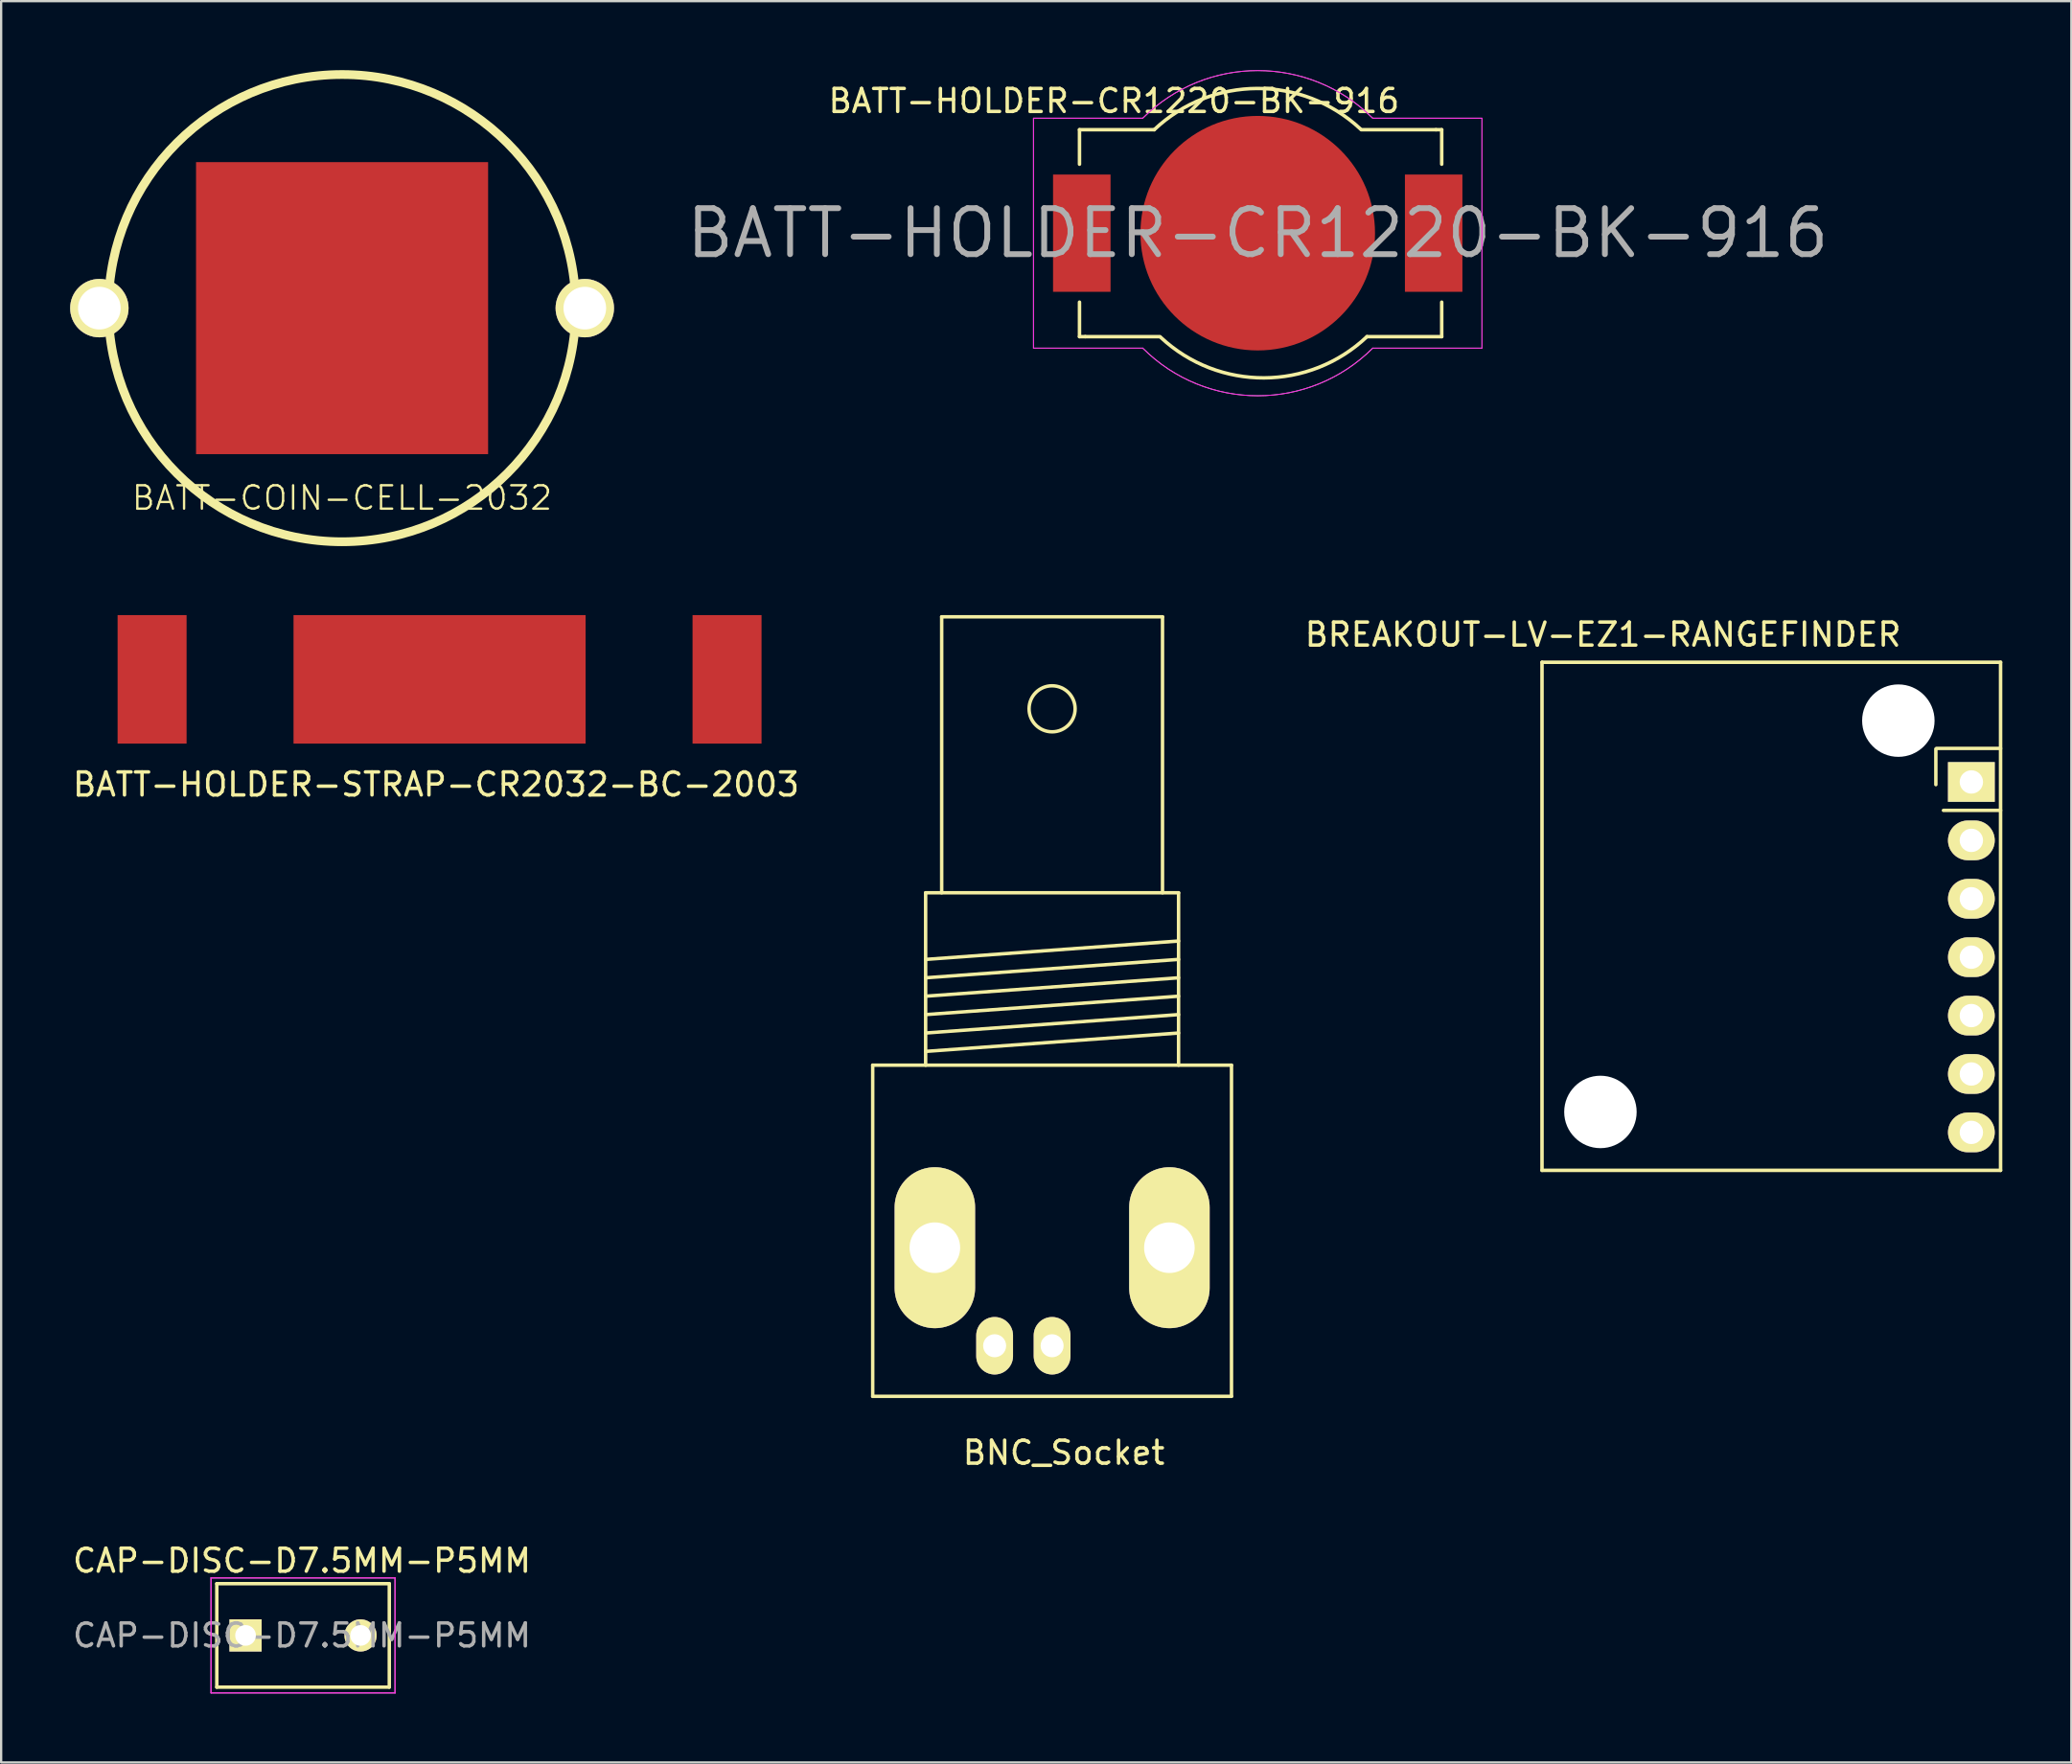
<source format=kicad_pcb>
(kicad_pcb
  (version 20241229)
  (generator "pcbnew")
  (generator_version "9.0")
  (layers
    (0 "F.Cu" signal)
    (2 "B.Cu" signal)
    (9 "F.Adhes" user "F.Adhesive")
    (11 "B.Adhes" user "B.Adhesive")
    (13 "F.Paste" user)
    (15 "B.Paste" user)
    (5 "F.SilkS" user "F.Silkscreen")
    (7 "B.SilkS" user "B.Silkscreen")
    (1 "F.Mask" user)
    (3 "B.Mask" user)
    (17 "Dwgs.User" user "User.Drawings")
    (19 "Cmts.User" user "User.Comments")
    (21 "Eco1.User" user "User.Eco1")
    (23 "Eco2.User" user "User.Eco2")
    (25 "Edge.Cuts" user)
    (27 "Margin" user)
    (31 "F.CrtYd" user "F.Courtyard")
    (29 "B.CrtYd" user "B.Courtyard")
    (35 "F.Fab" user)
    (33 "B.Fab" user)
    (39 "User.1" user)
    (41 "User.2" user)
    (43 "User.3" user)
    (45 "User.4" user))
  (footprint "CAP-DISC-D7.5MM-P5MM"
    (layer "F.Cu")
    (at 7.627 68.075)
    (property "Reference" "CAP-DISC-D7.5MM-P5MM" (at 2.45 0 0) (layer "F.Fab") (effects (font (size 1 1) (thickness 0.15))))
    (attr through_hole)
    (fp_line (start -1.25 -2.25) (end 6.25 -2.25) (stroke (width 0.15) (type solid)) (layer "F.SilkS"))
    (fp_line (start -1.25 2.25) (end -1.25 -2.25) (stroke (width 0.15) (type solid)) (layer "F.SilkS"))
    (fp_line (start 6.25 -2.25) (end 6.25 2.25) (stroke (width 0.15) (type solid)) (layer "F.SilkS"))
    (fp_line (start 6.25 2.25) (end -1.25 2.25) (stroke (width 0.15) (type solid)) (layer "F.SilkS"))
    (fp_line (start -1.5 -2.5) (end 6.5 -2.5) (stroke (width 0.05) (type solid)) (layer "F.CrtYd"))
    (fp_line (start -1.5 2.5) (end -1.5 -2.5) (stroke (width 0.05) (type solid)) (layer "F.CrtYd"))
    (fp_line (start 6.5 -2.5) (end 6.5 2.5) (stroke (width 0.05) (type solid)) (layer "F.CrtYd"))
    (fp_line (start 6.5 2.5) (end -1.5 2.5) (stroke (width 0.05) (type solid)) (layer "F.CrtYd"))
    (fp_line (start -1.5 -2.5) (end 6.5 -2.5) (stroke (width 0.05) (type solid)) (layer "F.Fab"))
    (fp_line (start -1.5 2.5) (end -1.5 -2.5) (stroke (width 0.05) (type solid)) (layer "F.Fab"))
    (fp_line (start 6.5 -2.5) (end 6.5 2.5) (stroke (width 0.05) (type solid)) (layer "F.Fab"))
    (fp_line (start 6.5 2.5) (end -1.5 2.5) (stroke (width 0.05) (type solid)) (layer "F.Fab"))
    (fp_text user "${REFERENCE}" (at 2.45 -3.25 0) (layer "F.SilkS") (effects (font (size 1 1) (thickness 0.15))))
    (pad "1" thru_hole rect (at 0 0) (size 1.4 1.4) (drill 0.9) (layers "*.Cu" "*.Mask" "F.SilkS"))
    (pad "2" thru_hole circle (at 5 0) (size 1.4 1.4) (drill 0.9) (layers "*.Cu" "*.Mask" "F.SilkS")))
  (footprint "BREAKOUT-LV-EZ1-RANGEFINDER"
    (layer "F.Cu")
    (at 63.999 47.849)
    (property "Reference" "BREAKOUT-LV-EZ1-RANGEFINDER" (at 2.65 -23.3 0) (layer "F.SilkS") (effects (font (size 1 1) (thickness 0.15))))
    (attr through_hole)
    (fp_line (start 0 -22.098) (end 19.939 -22.098) (stroke (width 0.152) (type solid)) (layer "F.SilkS"))
    (fp_line (start 0 0) (end 0 -22.098) (stroke (width 0.152) (type solid)) (layer "F.SilkS"))
    (fp_line (start 0 0) (end 19.939 0) (stroke (width 0.152) (type solid)) (layer "F.SilkS"))
    (fp_line (start 17.125 -16.775) (end 17.125 -18.325) (stroke (width 0.15) (type solid)) (layer "F.SilkS"))
    (fp_line (start 17.15 -18.35) (end 19.939 -18.35) (stroke (width 0.15) (type solid)) (layer "F.SilkS"))
    (fp_line (start 19.939 -15.655) (end 17.455 -15.655) (stroke (width 0.15) (type solid)) (layer "F.SilkS"))
    (fp_line (start 19.939 0) (end 19.939 -22.098) (stroke (width 0.152) (type solid)) (layer "F.SilkS"))
    (pad "" np_thru_hole circle (at 2.54 -2.54) (size 3.15 3.15) (drill 3.15) (layers "F.Cu"))
    (pad "" np_thru_hole circle (at 15.494 -19.558) (size 3.15 3.15) (drill 3.15) (layers "F.Cu"))
    (pad "1" thru_hole rect (at 18.669 -16.891) (size 2.032 1.727) (drill 1.016) (layers "*.Cu" "*.Mask" "F.SilkS"))
    (pad "2" thru_hole oval (at 18.669 -14.351) (size 2.032 1.727) (drill 1.016) (layers "*.Cu" "*.Mask" "F.SilkS"))
    (pad "3" thru_hole oval (at 18.669 -11.811) (size 2.032 1.727) (drill 1.016) (layers "*.Cu" "*.Mask" "F.SilkS"))
    (pad "4" thru_hole oval (at 18.669 -9.271) (size 2.032 1.727) (drill 1.016) (layers "*.Cu" "*.Mask" "F.SilkS"))
    (pad "5" thru_hole oval (at 18.669 -6.731) (size 2.032 1.727) (drill 1.016) (layers "*.Cu" "*.Mask" "F.SilkS"))
    (pad "6" thru_hole oval (at 18.669 -4.191) (size 2.032 1.727) (drill 1.016) (layers "*.Cu" "*.Mask" "F.SilkS"))
    (pad "7" thru_hole oval (at 18.669 -1.651) (size 2.032 1.727) (drill 1.016) (layers "*.Cu" "*.Mask" "F.SilkS")))
  (footprint "BATT-COIN-CELL-2032"
    (layer "F.Cu")
    (at 11.824 10.351)
    (property "Reference" "BATT-COIN-CELL-2032" (at 0 8.255 0) (layer "F.SilkS") (effects (font (size 1.016 1.016) (thickness 0.102))))
    (attr through_hole)
    (fp_circle (center 0 0) (end 10.16 0) (stroke (width 0.381) (type solid)) (fill no) (layer "F.SilkS"))
    (pad "1" thru_hole circle (at -10.554 0) (size 2.54 2.54) (drill 1.854) (layers "*.Cu" "*.Mask" "F.SilkS"))
    (pad "1" thru_hole circle (at 10.554 0) (size 2.54 2.54) (drill 1.854) (layers "*.Cu" "*.Mask" "F.SilkS"))
    (pad "2" smd rect (at 0 0) (size 12.7 12.7) (layers "F.Cu" "F.Mask" "F.Paste")))
  (footprint "BATT-HOLDER-CR1220-BK-916"
    (layer "F.Cu")
    (at 51.638 7.091)
    (property "Reference" "BATT-HOLDER-CR1220-BK-916" (at 0 0 0) (layer "F.Fab") (effects (font (size 2 2) (thickness 0.254))))
    (attr through_hole)
    (fp_line (start -7.75 -4.5) (end -7.75 -3) (stroke (width 0.152) (type solid)) (layer "F.SilkS"))
    (fp_line (start -7.75 4.5) (end -7.75 3) (stroke (width 0.152) (type solid)) (layer "F.SilkS"))
    (fp_line (start -7.5 4.5) (end -7.75 4.5) (stroke (width 0.152) (type solid)) (layer "F.SilkS"))
    (fp_line (start -4.5 -4.5) (end -7.75 -4.5) (stroke (width 0.152) (type solid)) (layer "F.SilkS"))
    (fp_line (start -4.25 4.5) (end -7.5 4.5) (stroke (width 0.152) (type solid)) (layer "F.SilkS"))
    (fp_line (start 4.5 -4.5) (end 7.75 -4.5) (stroke (width 0.152) (type solid)) (layer "F.SilkS"))
    (fp_line (start 4.75 4.5) (end 8 4.5) (stroke (width 0.152) (type solid)) (layer "F.SilkS"))
    (fp_line (start 7.75 -4.5) (end 8 -4.5) (stroke (width 0.152) (type solid)) (layer "F.SilkS"))
    (fp_line (start 8 -4.5) (end 8 -3) (stroke (width 0.152) (type solid)) (layer "F.SilkS"))
    (fp_line (start 8 4.5) (end 8 3) (stroke (width 0.152) (type solid)) (layer "F.SilkS"))
    (fp_arc (start -4.5 -4.5) (mid -0.024369 -6.293081) (end 4.464494 -4.533387) (stroke (width 0.1524) (type solid)) (layer "F.SilkS"))
    (fp_arc (start 4.75 4.5) (mid 0.274369 6.293081) (end -4.214494 4.533387) (stroke (width 0.1524) (type solid)) (layer "F.SilkS"))
    (fp_line (start -9.75 -5) (end -5 -5) (stroke (width 0.041) (type solid)) (layer "F.CrtYd"))
    (fp_line (start -9.75 5) (end -9.75 -5) (stroke (width 0.041) (type solid)) (layer "F.CrtYd"))
    (fp_line (start -9.75 5) (end -5 5) (stroke (width 0.041) (type solid)) (layer "F.CrtYd"))
    (fp_line (start 9.75 -5) (end 5 -5) (stroke (width 0.041) (type solid)) (layer "F.CrtYd"))
    (fp_line (start 9.75 -5) (end 9.75 5) (stroke (width 0.041) (type solid)) (layer "F.CrtYd"))
    (fp_line (start 9.75 5) (end 5 5) (stroke (width 0.041) (type solid)) (layer "F.CrtYd"))
    (fp_arc (start -5 -5) (mid 0 -7.071068) (end 5 -5) (stroke (width 0.04064) (type solid)) (layer "F.CrtYd"))
    (fp_arc (start 5 5) (mid 0 7.071068) (end -5 5) (stroke (width 0.04064) (type solid)) (layer "F.CrtYd"))
    (fp_line (start -9.75 -5) (end -5 -5) (stroke (width 0.041) (type solid)) (layer "F.Fab"))
    (fp_line (start -9.75 5) (end -9.75 -5) (stroke (width 0.041) (type solid)) (layer "F.Fab"))
    (fp_line (start -9.75 5) (end -5 5) (stroke (width 0.041) (type solid)) (layer "F.Fab"))
    (fp_line (start 9.75 -5) (end 5 -5) (stroke (width 0.041) (type solid)) (layer "F.Fab"))
    (fp_line (start 9.75 -5) (end 9.75 5) (stroke (width 0.041) (type solid)) (layer "F.Fab"))
    (fp_line (start 9.75 5) (end 5 5) (stroke (width 0.041) (type solid)) (layer "F.Fab"))
    (fp_arc (start -5 -5) (mid 0 -7.071068) (end 5 -5) (stroke (width 0.04064) (type solid)) (layer "F.Fab"))
    (fp_arc (start 5 5) (mid 0 7.071068) (end -5 5) (stroke (width 0.04064) (type solid)) (layer "F.Fab"))
    (fp_text user "${REFERENCE}" (at -6.25 -5.75 0) (layer "F.SilkS") (effects (font (size 1 1) (thickness 0.15))))
    (pad "1" smd rect (at -7.65 0) (size 2.5 5.1) (layers "F.Cu" "F.Mask" "F.Paste"))
    (pad "1" smd rect (at 7.65 0) (size 2.5 5.1) (layers "F.Cu" "F.Mask" "F.Paste"))
    (pad "GND" smd circle (at 0 0) (size 10.2 10.2) (layers "F.Cu" "F.Mask" "F.Paste")))
  (footprint "BATT-HOLDER-STRAP-CR2032-BC-2003"
    (layer "F.Cu")
    (at 16.063 26.495)
    (property "Reference" "BATT-HOLDER-STRAP-CR2032-BC-2003" (at -0.152 4.572 0) (layer "F.SilkS") (effects (font (size 1 1) (thickness 0.15))))
    (attr through_hole)
    (pad "1" smd rect (at -12.5 0) (size 3 5.588) (layers "F.Cu" "F.Mask" "F.Paste"))
    (pad "1" smd rect (at 12.5 0) (size 3 5.588) (layers "F.Cu" "F.Mask" "F.Paste"))
    (pad "GND" smd rect (at 0 0) (size 12.7 5.588) (layers "F.Cu" "F.Mask" "F.Paste")))
  (footprint "BNC_Socket"
    (layer "F.Cu")
    (at 42.697 50.476)
    (property "Reference" "BNC_Socket" (at 0.508 9.652 0) (layer "F.SilkS") (effects (font (size 1 1) (thickness 0.15))))
    (attr through_hole)
    (fp_line (start -7.8 -7.201) (end -7.8 7.201) (stroke (width 0.15) (type solid)) (layer "F.SilkS"))
    (fp_line (start -7.8 7.201) (end 7.8 7.201) (stroke (width 0.15) (type solid)) (layer "F.SilkS"))
    (fp_line (start -5.499 -14.699) (end -5.499 -7.201) (stroke (width 0.15) (type solid)) (layer "F.SilkS"))
    (fp_line (start -5.499 -11.801) (end 5.499 -12.601) (stroke (width 0.15) (type solid)) (layer "F.SilkS"))
    (fp_line (start -5.499 -11.001) (end 5.499 -11.801) (stroke (width 0.15) (type solid)) (layer "F.SilkS"))
    (fp_line (start -5.499 -10.201) (end 5.499 -11.001) (stroke (width 0.15) (type solid)) (layer "F.SilkS"))
    (fp_line (start -5.499 -9.401) (end 5.499 -10.201) (stroke (width 0.15) (type solid)) (layer "F.SilkS"))
    (fp_line (start -5.499 -8.6) (end 5.499 -9.401) (stroke (width 0.15) (type solid)) (layer "F.SilkS"))
    (fp_line (start -5.499 -7.8) (end 5.499 -8.6) (stroke (width 0.15) (type solid)) (layer "F.SilkS"))
    (fp_line (start -4.801 -26.7) (end -4.801 -14.699) (stroke (width 0.15) (type solid)) (layer "F.SilkS"))
    (fp_line (start 4.801 -26.7) (end -4.801 -26.7) (stroke (width 0.15) (type solid)) (layer "F.SilkS"))
    (fp_line (start 4.801 -14.699) (end 4.801 -26.7) (stroke (width 0.15) (type solid)) (layer "F.SilkS"))
    (fp_line (start 5.499 -14.699) (end -5.499 -14.699) (stroke (width 0.15) (type solid)) (layer "F.SilkS"))
    (fp_line (start 5.499 -7.201) (end 5.499 -14.699) (stroke (width 0.15) (type solid)) (layer "F.SilkS"))
    (fp_line (start 7.8 -7.201) (end -7.8 -7.201) (stroke (width 0.15) (type solid)) (layer "F.SilkS"))
    (fp_line (start 7.8 7.201) (end 7.8 -7.201) (stroke (width 0.15) (type solid)) (layer "F.SilkS"))
    (fp_circle (center 0 -22.7) (end 1.001 -22.7) (stroke (width 0.15) (type solid)) (fill no) (layer "F.SilkS"))
    (pad "1" thru_hole oval (at 0 5.001) (size 1.6 2.499) (drill 1.001) (layers "*.Cu" "*.Mask" "F.SilkS"))
    (pad "2" thru_hole oval (at -5.098 0.737) (size 3.5 7) (drill 2.2) (layers "*.Cu" "*.Mask" "F.SilkS"))
    (pad "2" thru_hole oval (at -2.499 5.001) (size 1.6 2.499) (drill 1.001) (layers "*.Cu" "*.Mask" "F.SilkS"))
    (pad "2" thru_hole oval (at 5.1 0.737) (size 3.5 7) (drill 2.2) (layers "*.Cu" "*.Mask" "F.SilkS")))
  (gr_rect
    (start -3 -3)
    (end 87.015 73.6)
    (stroke (width 0.1) (type default))
    (fill no)
    (layer "Edge.Cuts")))
</source>
